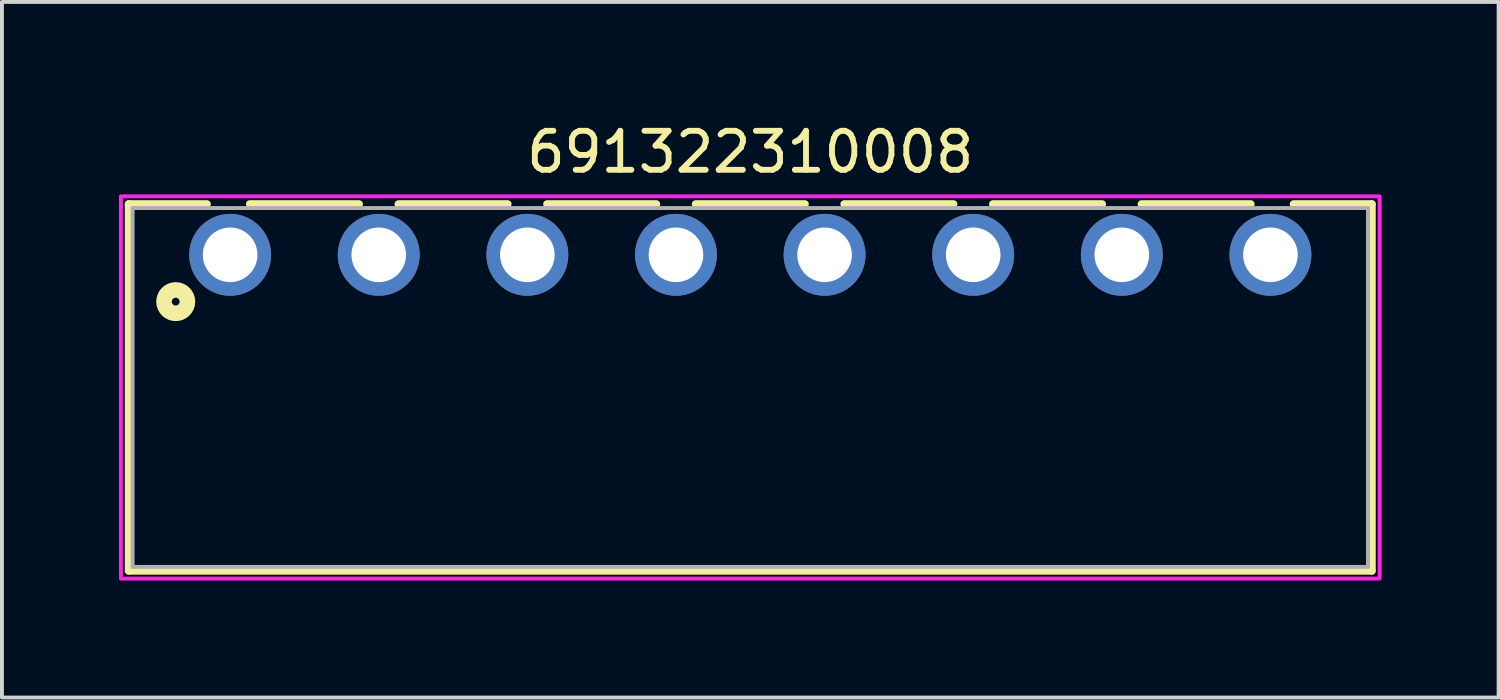
<source format=kicad_pcb>
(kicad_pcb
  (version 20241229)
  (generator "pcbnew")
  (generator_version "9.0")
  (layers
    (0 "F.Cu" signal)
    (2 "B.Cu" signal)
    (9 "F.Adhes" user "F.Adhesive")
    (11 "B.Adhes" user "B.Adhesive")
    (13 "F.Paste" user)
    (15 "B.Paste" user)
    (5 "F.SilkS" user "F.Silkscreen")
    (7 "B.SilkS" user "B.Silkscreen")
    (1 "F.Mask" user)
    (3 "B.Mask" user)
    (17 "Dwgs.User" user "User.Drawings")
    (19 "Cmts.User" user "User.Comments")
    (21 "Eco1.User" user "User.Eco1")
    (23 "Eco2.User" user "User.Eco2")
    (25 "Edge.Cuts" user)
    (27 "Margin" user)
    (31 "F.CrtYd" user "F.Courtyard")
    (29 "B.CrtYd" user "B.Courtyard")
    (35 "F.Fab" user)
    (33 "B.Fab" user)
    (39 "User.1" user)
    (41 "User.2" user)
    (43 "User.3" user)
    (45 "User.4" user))
  (footprint "691322310008"
    (layer "F.Cu")
    (at 16.185 3.483)
    (property "Reference" "691322310008" (at 0 -2.635 0) (layer "F.SilkS") (effects (font (size 1 1) (thickness 0.15))))
    (attr through_hole)
    (fp_line (start -15.935 -1.3) (end -13.93 -1.3) (stroke (width 0.2) (type solid)) (layer "F.SilkS"))
    (fp_line (start -15.935 8.1) (end -15.935 -1.3) (stroke (width 0.2) (type solid)) (layer "F.SilkS"))
    (fp_line (start -12.83 -1.3) (end -10.03 -1.3) (stroke (width 0.2) (type solid)) (layer "F.SilkS"))
    (fp_line (start -9.02 -1.3) (end -6.22 -1.3) (stroke (width 0.2) (type solid)) (layer "F.SilkS"))
    (fp_line (start -5.21 -1.3) (end -2.41 -1.3) (stroke (width 0.2) (type solid)) (layer "F.SilkS"))
    (fp_line (start -1.4 -1.3) (end 1.4 -1.3) (stroke (width 0.2) (type solid)) (layer "F.SilkS"))
    (fp_line (start 2.41 -1.3) (end 5.21 -1.3) (stroke (width 0.2) (type solid)) (layer "F.SilkS"))
    (fp_line (start 6.22 -1.3) (end 9.02 -1.3) (stroke (width 0.2) (type solid)) (layer "F.SilkS"))
    (fp_line (start 10.03 -1.3) (end 12.83 -1.3) (stroke (width 0.2) (type solid)) (layer "F.SilkS"))
    (fp_line (start 13.93 -1.3) (end 15.935 -1.3) (stroke (width 0.2) (type solid)) (layer "F.SilkS"))
    (fp_line (start 15.935 -1.3) (end 15.935 8.1) (stroke (width 0.2) (type solid)) (layer "F.SilkS"))
    (fp_line (start 15.935 8.1) (end -15.935 8.1) (stroke (width 0.2) (type solid)) (layer "F.SilkS"))
    (fp_circle (center -14.73 1.2) (end -14.63 1.2) (stroke (width 0.4) (type solid)) (fill no) (layer "F.SilkS"))
    (fp_poly (pts (xy -16.135 -1.5) (xy 16.135 -1.5) (xy 16.135 8.3) (xy -16.135 8.3)) (stroke (width 0.1) (type solid)) (fill no) (layer "F.CrtYd"))
    (fp_line (start -15.835 -1.2) (end -15.835 8) (stroke (width 0.1) (type solid)) (layer "F.Fab"))
    (fp_line (start -15.835 8) (end 15.835 8) (stroke (width 0.1) (type solid)) (layer "F.Fab"))
    (fp_line (start 15.835 -1.2) (end -15.835 -1.2) (stroke (width 0.1) (type solid)) (layer "F.Fab"))
    (fp_line (start 15.835 8) (end 15.835 -1.2) (stroke (width 0.1) (type solid)) (layer "F.Fab"))
    (pad "1" thru_hole circle (at -13.335 0) (size 2.1 2.1) (drill 1.4) (layers "*.Cu" "*.Mask"))
    (pad "2" thru_hole circle (at -9.525 0) (size 2.1 2.1) (drill 1.4) (layers "*.Cu" "*.Mask"))
    (pad "3" thru_hole circle (at -5.715 0) (size 2.1 2.1) (drill 1.4) (layers "*.Cu" "*.Mask"))
    (pad "4" thru_hole circle (at -1.905 0) (size 2.1 2.1) (drill 1.4) (layers "*.Cu" "*.Mask"))
    (pad "5" thru_hole circle (at 1.905 0) (size 2.1 2.1) (drill 1.4) (layers "*.Cu" "*.Mask"))
    (pad "6" thru_hole circle (at 5.715 0) (size 2.1 2.1) (drill 1.4) (layers "*.Cu" "*.Mask"))
    (pad "7" thru_hole circle (at 9.525 0) (size 2.1 2.1) (drill 1.4) (layers "*.Cu" "*.Mask"))
    (pad "8" thru_hole circle (at 13.335 0) (size 2.1 2.1) (drill 1.4) (layers "*.Cu" "*.Mask")))
  (gr_rect
    (start -3 -3)
    (end 35.37 14.833)
    (stroke (width 0.1) (type default))
    (fill no)
    (layer "Edge.Cuts")))
</source>
